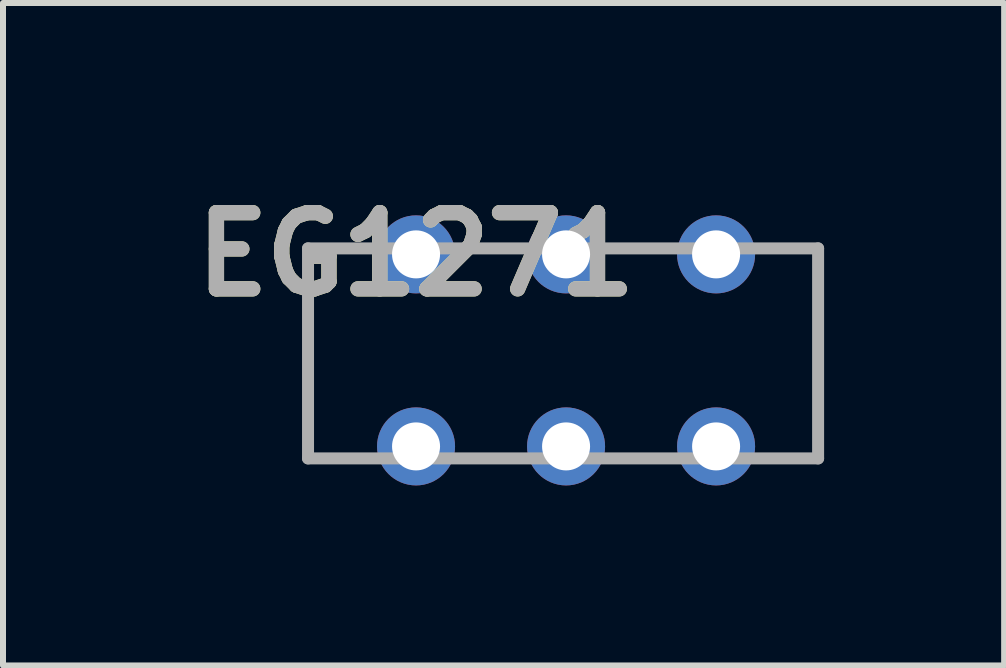
<source format=kicad_pcb>
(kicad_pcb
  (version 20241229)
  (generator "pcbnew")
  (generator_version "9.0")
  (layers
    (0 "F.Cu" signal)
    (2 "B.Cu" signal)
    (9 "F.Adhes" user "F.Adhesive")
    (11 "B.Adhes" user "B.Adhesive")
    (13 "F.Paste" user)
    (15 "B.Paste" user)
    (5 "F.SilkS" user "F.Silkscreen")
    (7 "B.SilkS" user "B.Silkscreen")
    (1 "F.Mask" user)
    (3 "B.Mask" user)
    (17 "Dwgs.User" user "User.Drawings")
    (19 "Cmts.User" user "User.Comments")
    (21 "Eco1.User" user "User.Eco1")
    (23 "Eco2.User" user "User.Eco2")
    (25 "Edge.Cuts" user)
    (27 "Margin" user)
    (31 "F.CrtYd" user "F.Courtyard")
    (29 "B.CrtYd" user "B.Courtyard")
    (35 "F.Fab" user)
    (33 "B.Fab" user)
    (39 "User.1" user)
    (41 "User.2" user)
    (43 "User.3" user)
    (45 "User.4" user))
  (footprint "EG1271"
    (layer "F.Cu")
    (at 3.883 1.189)
    (property "Reference" "EG1271" (at 0 0 0) (layer "F.SilkS") (effects (font (size 1.27 1.27) (thickness 0.254))))
    (attr through_hole)
    (fp_line (start -1.8 -0.1) (end -1.8 3.4) (stroke (width 0.1) (type solid)) (layer "F.SilkS"))
    (fp_line (start -1.8 -0.1) (end -1 -0.1) (stroke (width 0.1) (type solid)) (layer "F.SilkS"))
    (fp_line (start 6.7 -0.1) (end 6.7 3.4) (stroke (width 0.1) (type solid)) (layer "F.SilkS"))
    (fp_line (start -1.8 -0.1) (end -1.8 3.4) (stroke (width 0.2) (type solid)) (layer "F.Fab"))
    (fp_line (start -1.8 3.4) (end 6.7 3.4) (stroke (width 0.2) (type solid)) (layer "F.Fab"))
    (fp_line (start 6.7 -0.1) (end -1.8 -0.1) (stroke (width 0.2) (type solid)) (layer "F.Fab"))
    (fp_line (start 6.7 3.4) (end 6.7 -0.1) (stroke (width 0.2) (type solid)) (layer "F.Fab"))
    (fp_text user "${REFERENCE}" (at 0 0 0) (layer "F.Fab") (effects (font (size 1.27 1.27) (thickness 0.254))))
    (pad "1" thru_hole circle (at 0 0) (size 1.3 1.3) (drill 0.8) (layers "*.Cu" "*.Mask"))
    (pad "2" thru_hole circle (at 2.5 0) (size 1.3 1.3) (drill 0.8) (layers "*.Cu" "*.Mask"))
    (pad "3" thru_hole circle (at 5 0) (size 1.3 1.3) (drill 0.8) (layers "*.Cu" "*.Mask"))
    (pad "4" thru_hole circle (at 0 3.2) (size 1.3 1.3) (drill 0.8) (layers "*.Cu" "*.Mask"))
    (pad "5" thru_hole circle (at 2.5 3.2) (size 1.3 1.3) (drill 0.8) (layers "*.Cu" "*.Mask"))
    (pad "6" thru_hole circle (at 5 3.2) (size 1.3 1.3) (drill 0.8) (layers "*.Cu" "*.Mask")))
  (gr_rect
    (start -3 -3)
    (end 13.683 8.039)
    (stroke (width 0.1) (type default))
    (fill no)
    (layer "Edge.Cuts")))
</source>
